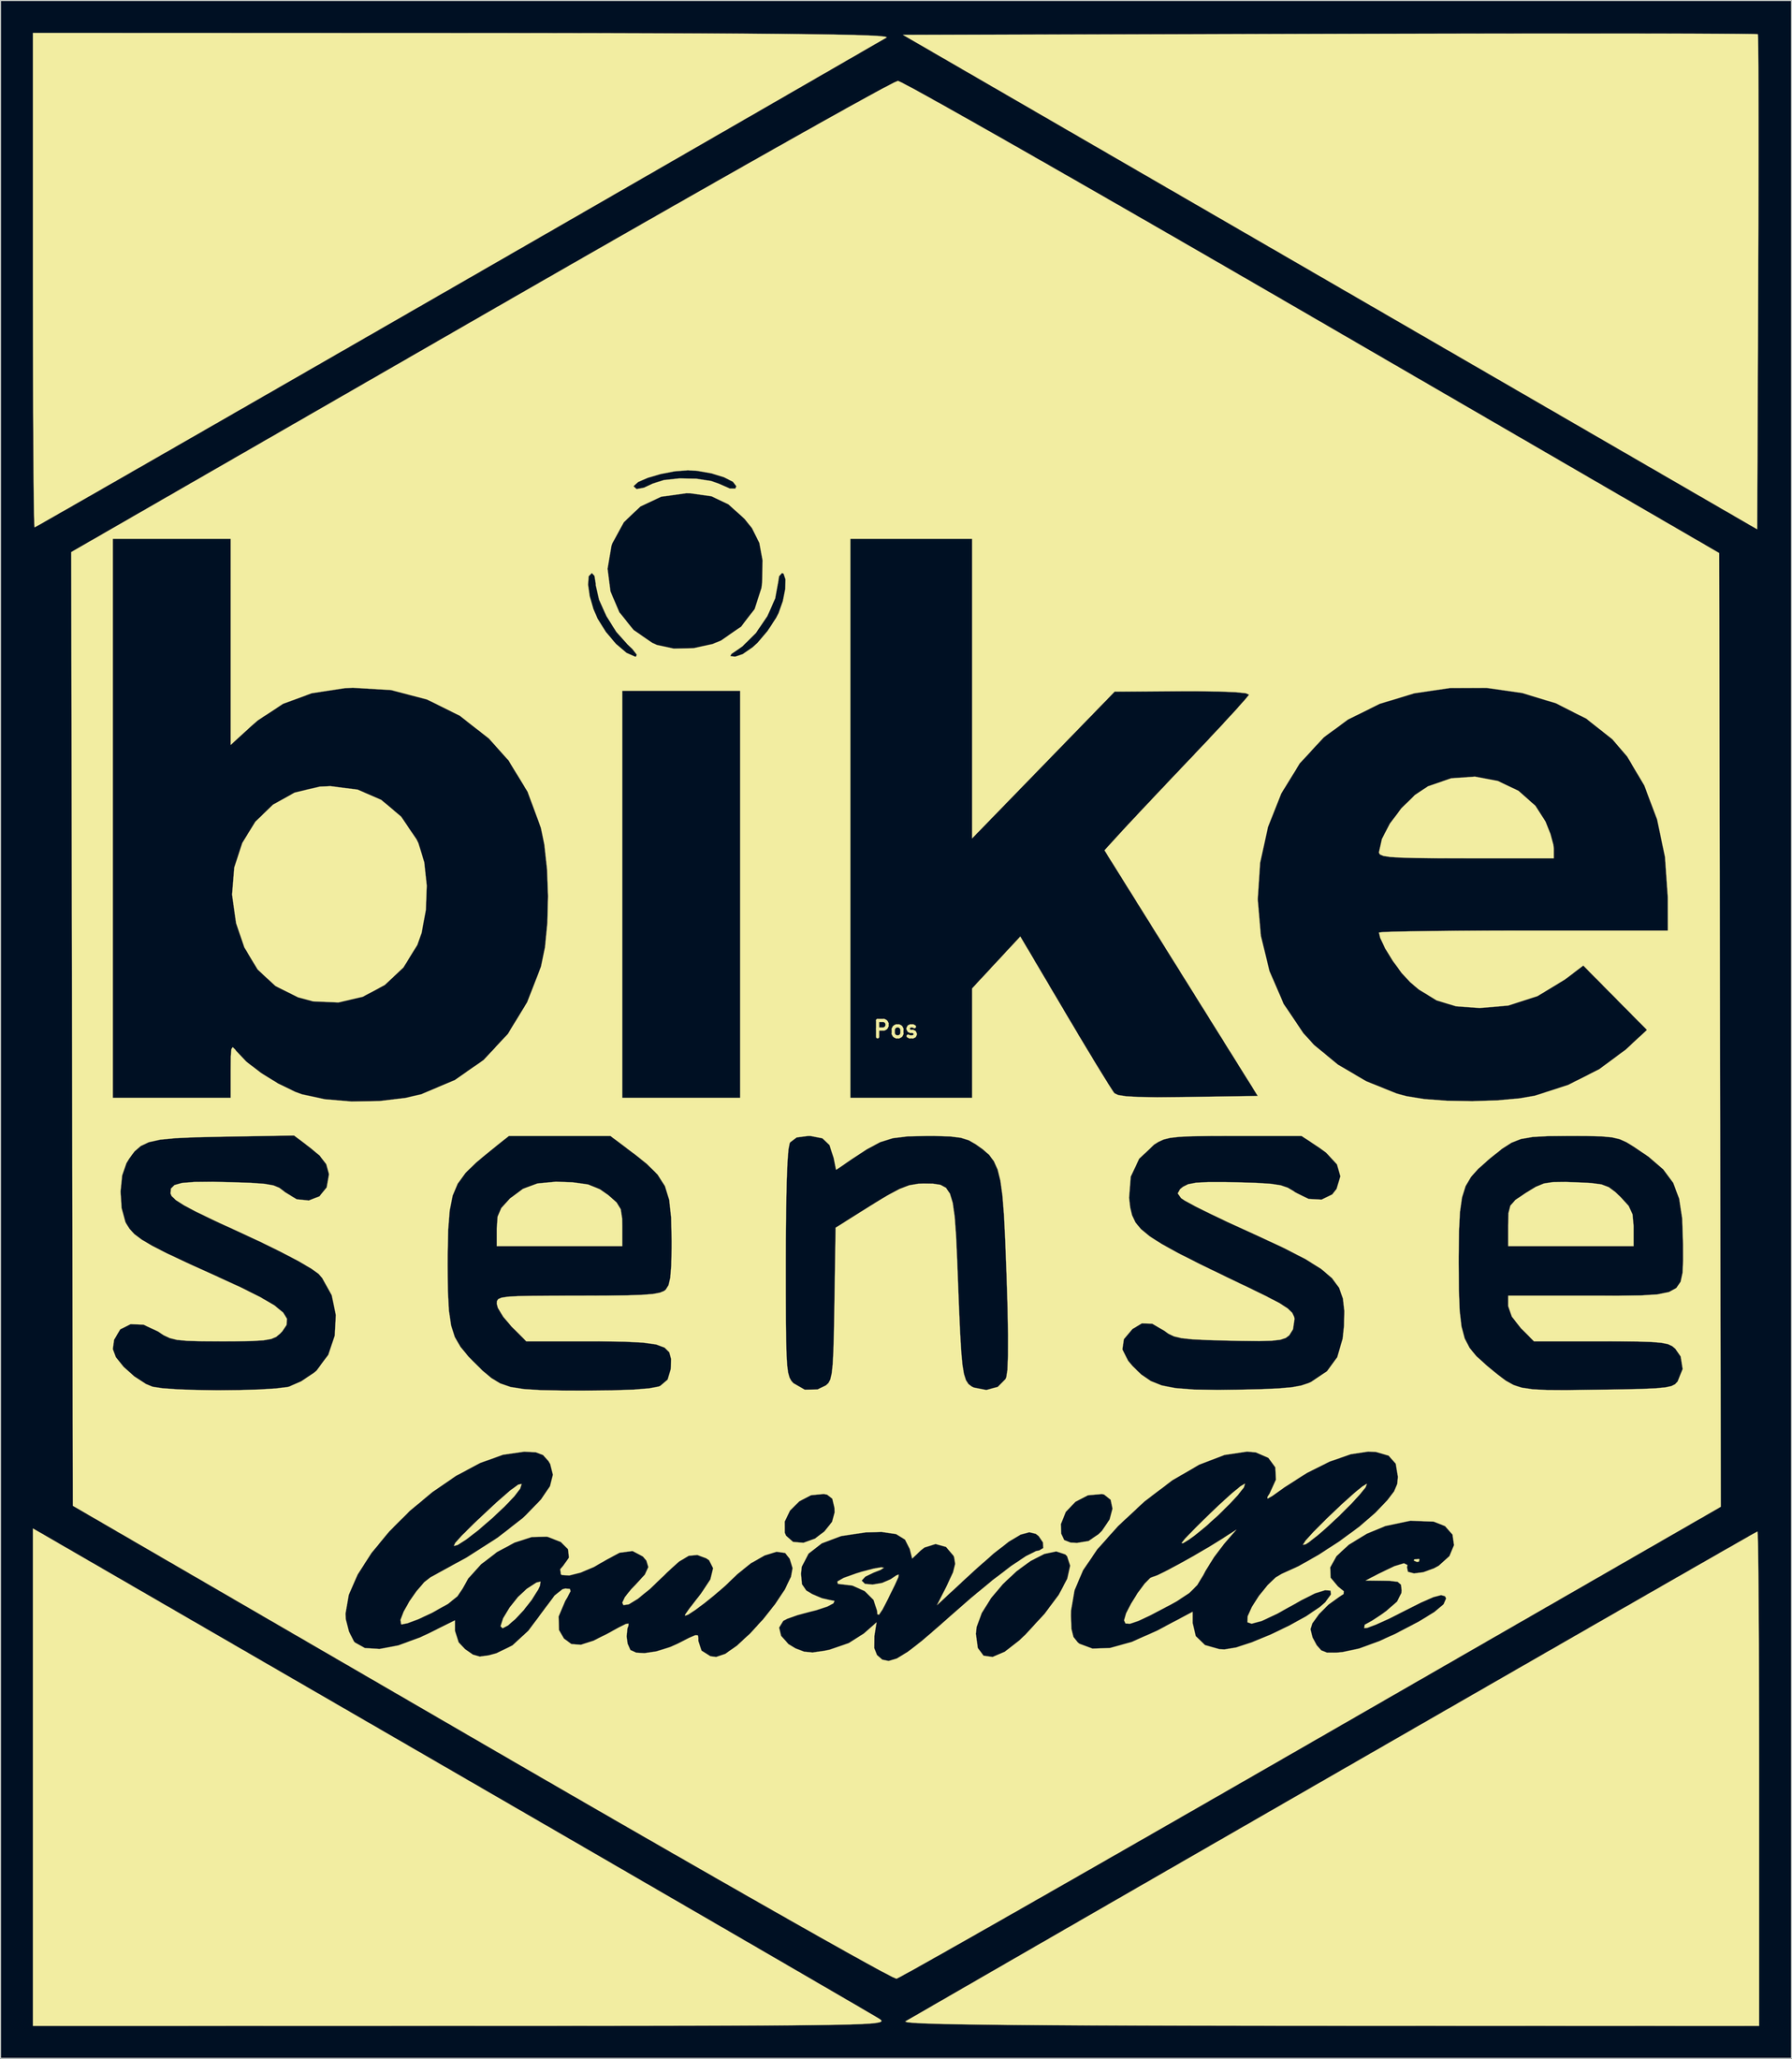
<source format=kicad_pcb>
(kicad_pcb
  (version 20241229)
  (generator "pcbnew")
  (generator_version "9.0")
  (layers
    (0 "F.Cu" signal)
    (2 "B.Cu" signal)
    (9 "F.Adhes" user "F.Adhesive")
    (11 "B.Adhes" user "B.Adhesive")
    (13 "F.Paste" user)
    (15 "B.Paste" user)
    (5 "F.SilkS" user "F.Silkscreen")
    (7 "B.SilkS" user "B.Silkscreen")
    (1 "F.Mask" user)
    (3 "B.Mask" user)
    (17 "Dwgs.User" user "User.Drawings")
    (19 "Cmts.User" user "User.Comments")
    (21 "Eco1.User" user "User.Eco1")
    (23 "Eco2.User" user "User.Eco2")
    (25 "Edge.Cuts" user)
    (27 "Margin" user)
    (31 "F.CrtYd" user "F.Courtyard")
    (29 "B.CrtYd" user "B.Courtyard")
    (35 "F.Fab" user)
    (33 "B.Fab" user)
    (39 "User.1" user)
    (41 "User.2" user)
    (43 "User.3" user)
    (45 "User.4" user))
  (footprint "Pos"
    (layer "F.Cu")
    (at 80.086 92.433)
    (property "Reference" "Pos" (at 0 0 0) (layer "F.SilkS") (effects (font (size 1.524 1.524) (thickness 0.3))))
    (attr through_hole)
    (fp_poly (pts (xy 48.566 49.154) (xy 48.517 49.363) (xy 48.331 49.389) (xy 48.04 49.26) (xy 48.095 49.154) (xy 48.514 49.111) (xy 48.566 49.154)) (stroke (width 0.01) (type solid)) (fill yes) (layer "F.SilkS"))
    (fp_poly (pts (xy -33.039 51.612) (xy -33.201 51.947) (xy -33.798 52.903) (xy -34.541 53.854) (xy -35.317 54.685) (xy -36.009 55.287) (xy -36.505 55.545) (xy -36.689 55.36) (xy -36.455 54.617) (xy -35.862 53.636) (xy -35.077 52.648) (xy -34.262 51.889) (xy -34.228 51.865) (xy -33.361 51.303) (xy -32.978 51.217) (xy -33.039 51.612)) (stroke (width 0.01) (type solid)) (fill yes) (layer "F.SilkS"))
    (fp_poly (pts (xy -34.881 42.604) (xy -34.883 42.607) (xy -35.412 43.304) (xy -36.34 44.272) (xy -37.497 45.357) (xy -38.717 46.409) (xy -39.829 47.277) (xy -40.667 47.81) (xy -40.681 47.817) (xy -41.022 47.911) (xy -40.899 47.631) (xy -40.288 46.951) (xy -39.169 45.843) (xy -38.806 45.495) (xy -37.083 43.886) (xy -35.833 42.795) (xy -35.052 42.219) (xy -34.736 42.156) (xy -34.881 42.604)) (stroke (width 0.01) (type solid)) (fill yes) (layer "F.SilkS"))
    (fp_poly (pts (xy -30.044 14.175) (xy -28.58 14.382) (xy -27.471 14.828) (xy -26.705 15.363) (xy -25.929 16.046) (xy -25.543 16.674) (xy -25.412 17.542) (xy -25.4 18.256) (xy -25.4 20.108) (xy -37.042 20.108) (xy -37.042 18.474) (xy -36.963 17.365) (xy -36.623 16.567) (xy -35.869 15.735) (xy -35.797 15.666) (xy -34.619 14.788) (xy -33.264 14.288) (xy -31.552 14.12) (xy -30.044 14.175)) (stroke (width 0.01) (type solid)) (fill yes) (layer "F.SilkS"))
    (fp_poly (pts (xy 32.382 42.142) (xy 32.27 42.487) (xy 31.736 43.169) (xy 30.899 44.069) (xy 29.877 45.071) (xy 28.789 46.055) (xy 27.754 46.905) (xy 27.164 47.33) (xy 26.624 47.659) (xy 26.495 47.644) (xy 26.802 47.252) (xy 27.572 46.449) (xy 28.833 45.201) (xy 28.875 45.16) (xy 30.114 43.978) (xy 31.173 43.023) (xy 31.953 42.381) (xy 32.356 42.136) (xy 32.382 42.142)) (stroke (width 0.01) (type solid)) (fill yes) (layer "F.SilkS"))
    (fp_poly (pts (xy 43.685 42.157) (xy 43.556 42.485) (xy 43.013 43.159) (xy 42.177 44.06) (xy 41.166 45.069) (xy 40.101 46.071) (xy 39.101 46.946) (xy 38.284 47.577) (xy 38.004 47.753) (xy 37.749 47.806) (xy 38 47.414) (xy 38.737 46.604) (xy 39.94 45.4) (xy 40.177 45.169) (xy 41.42 43.992) (xy 42.481 43.04) (xy 43.261 42.398) (xy 43.66 42.151) (xy 43.685 42.157)) (stroke (width 0.01) (type solid)) (fill yes) (layer "F.SilkS"))
    (fp_poly (pts (xy 63.04 14.175) (xy 64.494 14.249) (xy 65.453 14.379) (xy 66.128 14.632) (xy 66.728 15.075) (xy 67.185 15.503) (xy 67.97 16.364) (xy 68.338 17.154) (xy 68.438 18.219) (xy 68.439 18.414) (xy 68.439 20.108) (xy 56.797 20.108) (xy 56.797 18.16) (xy 56.823 17.04) (xy 56.997 16.348) (xy 57.463 15.823) (xy 58.368 15.205) (xy 58.473 15.138) (xy 59.361 14.602) (xy 60.113 14.292) (xy 60.963 14.156) (xy 62.15 14.145) (xy 63.04 14.175)) (stroke (width 0.01) (type solid)) (fill yes) (layer "F.SilkS"))
    (fp_poly (pts (xy 55.843 -23.044) (xy 57.754 -22.131) (xy 59.322 -20.745) (xy 60.268 -19.27) (xy 60.719 -18.136) (xy 60.993 -17.115) (xy 61.031 -16.761) (xy 61.031 -15.875) (xy 52.917 -15.875) (xy 50.292 -15.88) (xy 48.291 -15.899) (xy 46.833 -15.937) (xy 45.837 -15.999) (xy 45.221 -16.092) (xy 44.904 -16.22) (xy 44.804 -16.389) (xy 44.803 -16.415) (xy 45.081 -17.661) (xy 45.823 -19.088) (xy 46.892 -20.511) (xy 48.149 -21.743) (xy 49.355 -22.551) (xy 51.514 -23.293) (xy 53.72 -23.444) (xy 55.843 -23.044)) (stroke (width 0.01) (type solid)) (fill yes) (layer "F.SilkS"))
    (fp_poly (pts (xy 67.702 -92.369) (xy 71.058 -92.366) (xy 73.947 -92.36) (xy 76.323 -92.351) (xy 78.141 -92.341) (xy 79.357 -92.329) (xy 79.926 -92.314) (xy 79.964 -92.309) (xy 79.984 -91.945) (xy 80 -90.934) (xy 80.012 -89.335) (xy 80.02 -87.209) (xy 80.024 -84.612) (xy 80.025 -81.606) (xy 80.021 -78.248) (xy 80.013 -74.598) (xy 80 -70.714) (xy 79.995 -69.287) (xy 79.904 -46.387) (xy 40.27 -69.319) (xy 0.636 -92.251) (xy 40.239 -92.341) (xy 45.464 -92.352) (xy 50.49 -92.36) (xy 55.271 -92.366) (xy 59.763 -92.369) (xy 63.922 -92.37) (xy 67.702 -92.369)) (stroke (width 0.01) (type solid)) (fill yes) (layer "F.SilkS"))
    (fp_poly (pts (xy -49.96 -22.242) (xy -47.763 -21.293) (xy -45.927 -19.748) (xy -44.491 -17.632) (xy -44.321 -17.286) (xy -43.769 -15.5) (xy -43.537 -13.343) (xy -43.621 -11.076) (xy -44.019 -8.956) (xy -44.418 -7.836) (xy -45.709 -5.743) (xy -47.433 -4.123) (xy -49.478 -3.027) (xy -51.732 -2.503) (xy -54.082 -2.601) (xy -55.475 -2.973) (xy -57.585 -4.031) (xy -59.234 -5.56) (xy -60.466 -7.612) (xy -61.228 -9.851) (xy -61.607 -12.506) (xy -61.398 -15.014) (xy -60.657 -17.296) (xy -59.44 -19.268) (xy -57.802 -20.851) (xy -55.801 -21.962) (xy -53.49 -22.52) (xy -52.48 -22.57) (xy -49.96 -22.242)) (stroke (width 0.01) (type solid)) (fill yes) (layer "F.SilkS"))
    (fp_poly (pts (xy 30.403 47.757) (xy 29.517 48.929) (xy 28.709 50.223) (xy 28.505 50.614) (xy 27.951 51.534) (xy 27.196 52.284) (xy 26.047 53.037) (xy 25.442 53.373) (xy 23.701 54.289) (xy 22.483 54.865) (xy 21.708 55.128) (xy 21.296 55.105) (xy 21.167 54.821) (xy 21.167 54.791) (xy 21.351 54.157) (xy 21.817 53.248) (xy 22.433 52.264) (xy 23.068 51.407) (xy 23.589 50.878) (xy 23.77 50.8) (xy 24.241 50.63) (xy 25.165 50.177) (xy 26.391 49.521) (xy 27.77 48.747) (xy 29.151 47.937) (xy 30.385 47.172) (xy 30.515 47.088) (xy 31.574 46.4) (xy 30.403 47.757)) (stroke (width 0.01) (type solid)) (fill yes) (layer "F.SilkS"))
    (fp_poly (pts (xy -1.124 49.932) (xy -1.434 50.131) (xy -2.099 50.388) (xy -2.84 50.749) (xy -3.174 51.114) (xy -3.175 51.134) (xy -2.885 51.427) (xy -2.178 51.492) (xy -1.301 51.345) (xy -0.499 51.002) (xy -0.431 50.956) (xy 0.033 50.636) (xy 0.252 50.557) (xy 0.211 50.818) (xy -0.106 51.519) (xy -0.706 52.74) (xy -1.256 53.81) (xy -1.579 54.291) (xy -1.727 54.244) (xy -1.756 53.912) (xy -2.084 52.92) (xy -2.914 52.089) (xy -4.046 51.584) (xy -4.704 51.506) (xy -5.399 51.427) (xy -5.44 51.208) (xy -4.86 50.874) (xy -3.69 50.452) (xy -3.203 50.304) (xy -2.086 50.013) (xy -1.367 49.891) (xy -1.124 49.932)) (stroke (width 0.01) (type solid)) (fill yes) (layer "F.SilkS"))
    (fp_poly (pts (xy -41.363 68.679) (xy -36.531 71.475) (xy -31.856 74.18) (xy -27.377 76.773) (xy -23.13 79.233) (xy -19.154 81.536) (xy -15.485 83.662) (xy -12.162 85.589) (xy -9.223 87.295) (xy -6.705 88.758) (xy -4.645 89.955) (xy -3.081 90.866) (xy -2.052 91.469) (xy -1.594 91.741) (xy -1.587 91.745) (xy -1.436 91.849) (xy -1.35 91.941) (xy -1.367 92.023) (xy -1.526 92.095) (xy -1.862 92.157) (xy -2.414 92.211) (xy -3.218 92.257) (xy -4.312 92.295) (xy -5.734 92.327) (xy -7.52 92.353) (xy -9.708 92.374) (xy -12.336 92.39) (xy -15.44 92.401) (xy -19.058 92.41) (xy -23.226 92.415) (xy -27.984 92.419) (xy -33.367 92.421) (xy -39.413 92.422) (xy -40.305 92.422) (xy -80.081 92.428) (xy -80.081 46.284) (xy -41.363 68.679)) (stroke (width 0.01) (type solid)) (fill yes) (layer "F.SilkS"))
    (fp_poly (pts (xy -40.128 -92.417) (xy -33.652 -92.414) (xy -27.853 -92.407) (xy -22.704 -92.396) (xy -18.177 -92.382) (xy -14.245 -92.363) (xy -10.88 -92.34) (xy -8.054 -92.311) (xy -5.739 -92.278) (xy -3.907 -92.239) (xy -2.531 -92.194) (xy -1.583 -92.144) (xy -1.036 -92.087) (xy -0.86 -92.023) (xy -0.882 -91.999) (xy -4.639 -89.832) (xy -8.647 -87.521) (xy -12.866 -85.089) (xy -17.257 -82.56) (xy -21.778 -79.956) (xy -26.39 -77.301) (xy -31.054 -74.617) (xy -35.728 -71.928) (xy -40.372 -69.256) (xy -44.947 -66.626) (xy -49.413 -64.058) (xy -53.729 -61.578) (xy -57.855 -59.207) (xy -61.752 -56.969) (xy -65.378 -54.887) (xy -68.695 -52.984) (xy -71.661 -51.283) (xy -74.238 -49.807) (xy -76.384 -48.579) (xy -78.06 -47.622) (xy -79.225 -46.959) (xy -79.84 -46.613) (xy -79.929 -46.567) (xy -79.955 -46.91) (xy -79.98 -47.9) (xy -80.003 -49.478) (xy -80.023 -51.586) (xy -80.041 -54.166) (xy -80.057 -57.158) (xy -80.068 -60.504) (xy -80.076 -64.145) (xy -80.08 -68.024) (xy -80.081 -69.497) (xy -80.081 -92.428) (xy -40.128 -92.417)) (stroke (width 0.01) (type solid)) (fill yes) (layer "F.SilkS"))
    (fp_poly (pts (xy 79.955 46.91) (xy 79.98 47.9) (xy 80.003 49.478) (xy 80.023 51.586) (xy 80.041 54.166) (xy 80.057 57.158) (xy 80.068 60.504) (xy 80.076 64.145) (xy 80.08 68.024) (xy 80.081 69.497) (xy 80.081 92.428) (xy 40.128 92.417) (xy 33.652 92.414) (xy 27.853 92.407) (xy 22.704 92.396) (xy 18.177 92.382) (xy 14.245 92.363) (xy 10.88 92.34) (xy 8.054 92.311) (xy 5.739 92.278) (xy 3.907 92.239) (xy 2.531 92.194) (xy 1.583 92.144) (xy 1.036 92.087) (xy 0.86 92.023) (xy 0.882 91.999) (xy 4.639 89.832) (xy 8.647 87.521) (xy 12.866 85.089) (xy 17.257 82.56) (xy 21.778 79.956) (xy 26.39 77.301) (xy 31.054 74.617) (xy 35.728 71.928) (xy 40.372 69.256) (xy 44.947 66.626) (xy 49.413 64.058) (xy 53.729 61.578) (xy 57.855 59.207) (xy 61.752 56.969) (xy 65.378 54.887) (xy 68.695 52.984) (xy 71.661 51.283) (xy 74.238 49.807) (xy 76.384 48.579) (xy 78.06 47.622) (xy 79.225 46.959) (xy 79.84 46.613) (xy 79.929 46.567) (xy 79.955 46.91)) (stroke (width 0.01) (type solid)) (fill yes) (layer "F.SilkS"))
    (fp_poly (pts (xy 0.565 -87.809) (xy 1.526 -87.299) (xy 3.022 -86.477) (xy 5.014 -85.364) (xy 7.466 -83.982) (xy 10.339 -82.353) (xy 13.597 -80.496) (xy 17.201 -78.435) (xy 21.114 -76.19) (xy 25.299 -73.783) (xy 29.717 -71.235) (xy 34.331 -68.567) (xy 38.629 -66.077) (xy 76.376 -44.187) (xy 76.533 44.274) (xy 38.573 66.103) (xy 33.798 68.847) (xy 29.187 71.494) (xy 24.778 74.022) (xy 20.608 76.409) (xy 16.716 78.635) (xy 13.137 80.677) (xy 9.911 82.515) (xy 7.074 84.127) (xy 4.663 85.492) (xy 2.717 86.588) (xy 1.273 87.395) (xy 0.367 87.89) (xy 0.042 88.053) (xy -0.329 87.895) (xy -1.273 87.402) (xy -2.752 86.597) (xy -4.728 85.5) (xy -7.165 84.133) (xy -10.025 82.516) (xy -13.27 80.672) (xy -16.864 78.621) (xy -20.769 76.384) (xy -24.947 73.984) (xy -29.362 71.44) (xy -33.976 68.774) (xy -38.453 66.181) (xy -59.113 54.199) (xy -51.083 54.199) (xy -51.05 54.73) (xy -50.765 55.836) (xy -50.308 56.744) (xy -50.213 56.861) (xy -49.292 57.374) (xy -47.915 57.461) (xy -46.178 57.134) (xy -44.178 56.404) (xy -43.401 56.04) (xy -40.922 54.809) (xy -40.922 55.778) (xy -40.583 56.85) (xy -39.993 57.477) (xy -39.26 57.99) (xy -38.625 58.172) (xy -37.797 58.06) (xy -37.066 57.863) (xy -35.587 57.133) (xy -34.114 55.776) (xy -32.605 53.756) (xy -32.575 53.71) (xy -31.683 52.519) (xy -30.945 51.921) (xy -30.686 51.858) (xy -30.258 51.891) (xy -30.196 52.108) (xy -30.502 52.686) (xy -30.696 53.005) (xy -31.302 54.447) (xy -31.272 55.702) (xy -30.813 56.505) (xy -30.121 57.006) (xy -29.249 57.076) (xy -28.073 56.703) (xy -26.843 56.085) (xy -25.707 55.464) (xy -25.072 55.149) (xy -24.818 55.109) (xy -24.827 55.311) (xy -24.92 55.563) (xy -24.996 56.303) (xy -24.902 56.974) (xy -24.641 57.564) (xy -24.104 57.813) (xy -23.336 57.856) (xy -22.228 57.69) (xy -20.913 57.269) (xy -20.256 56.975) (xy -19.195 56.437) (xy -18.621 56.186) (xy -18.386 56.201) (xy -18.342 56.464) (xy -18.344 56.727) (xy -18.04 57.625) (xy -17.228 58.139) (xy -16.687 58.208) (xy -15.845 57.925) (xy -14.763 57.162) (xy -13.556 56.051) (xy -13.035 55.484) (xy -10.847 55.484) (xy -10.663 56.256) (xy -9.981 57.011) (xy -9.332 57.406) (xy -8.524 57.719) (xy -7.74 57.794) (xy -6.683 57.643) (xy -6.165 57.532) (xy -4.379 56.92) (xy -2.995 56.041) (xy -1.802 54.994) (xy -2.005 56.245) (xy -2.023 57.374) (xy -1.766 58.029) (xy -1.274 58.455) (xy -0.687 58.575) (xy 0.071 58.351) (xy 1.075 57.745) (xy 2.399 56.719) (xy 3.164 56.06) (xy 7.408 56.06) (xy 7.591 57.374) (xy 8.118 58.09) (xy 8.962 58.207) (xy 10.092 57.724) (xy 11.482 56.64) (xy 11.995 56.148) (xy 13.627 54.377) (xy 16.228 54.377) (xy 16.275 55.607) (xy 16.461 56.357) (xy 16.855 56.85) (xy 17.022 56.98) (xy 18.225 57.428) (xy 19.859 57.37) (xy 21.873 56.814) (xy 24.216 55.771) (xy 24.526 55.608) (xy 27.517 54.017) (xy 27.517 55.055) (xy 27.813 56.277) (xy 28.665 57.102) (xy 30.015 57.482) (xy 30.483 57.503) (xy 31.561 57.322) (xy 33.042 56.838) (xy 34.741 56.137) (xy 35.791 55.633) (xy 38.453 55.633) (xy 38.649 56.403) (xy 39.033 57.116) (xy 39.458 57.6) (xy 39.993 57.81) (xy 40.876 57.807) (xy 41.447 57.754) (xy 42.96 57.424) (xy 44.845 56.74) (xy 46.301 56.075) (xy 48.453 54.956) (xy 49.949 54.041) (xy 50.808 53.318) (xy 51.045 52.775) (xy 50.936 52.568) (xy 50.571 52.472) (xy 49.861 52.657) (xy 48.72 53.153) (xy 47.104 53.971) (xy 45.7 54.677) (xy 44.53 55.207) (xy 43.729 55.505) (xy 43.44 55.533) (xy 43.484 55.221) (xy 43.633 55.14) (xy 44.148 54.856) (xy 44.988 54.303) (xy 45.485 53.951) (xy 46.486 53.072) (xy 46.897 52.275) (xy 46.919 52.033) (xy 46.857 51.5) (xy 46.545 51.238) (xy 45.801 51.148) (xy 45.244 51.137) (xy 43.568 51.122) (xy 44.803 50.476) (xy 46.247 49.787) (xy 47.129 49.521) (xy 47.449 49.68) (xy 47.409 49.895) (xy 47.495 50.307) (xy 48.057 50.454) (xy 48.921 50.345) (xy 49.911 49.989) (xy 50.35 49.751) (xy 51.35 48.851) (xy 51.771 47.834) (xy 51.631 46.855) (xy 50.945 46.069) (xy 49.887 45.656) (xy 47.724 45.574) (xy 45.399 46.062) (xy 43.704 46.763) (xy 42.011 47.792) (xy 40.861 48.858) (xy 40.289 49.9) (xy 40.326 50.859) (xy 41.006 51.675) (xy 41.01 51.678) (xy 41.55 52.105) (xy 41.533 52.368) (xy 41.099 52.645) (xy 40.127 53.346) (xy 39.245 54.228) (xy 38.631 55.089) (xy 38.453 55.633) (xy 35.791 55.633) (xy 36.474 55.306) (xy 38.054 54.431) (xy 39.297 53.598) (xy 39.833 53.126) (xy 40.354 52.419) (xy 40.322 52.046) (xy 39.806 52.009) (xy 38.875 52.309) (xy 37.599 52.947) (xy 37.378 53.075) (xy 35.378 54.19) (xy 33.921 54.872) (xy 32.994 55.125) (xy 32.608 54.994) (xy 32.626 54.433) (xy 33.024 53.556) (xy 33.675 52.544) (xy 34.454 51.574) (xy 35.237 50.824) (xy 35.759 50.51) (xy 37.348 49.791) (xy 39.227 48.725) (xy 41.181 47.455) (xy 42.991 46.121) (xy 44.441 44.866) (xy 44.538 44.771) (xy 45.59 43.669) (xy 46.209 42.857) (xy 46.5 42.168) (xy 46.567 41.505) (xy 46.364 40.282) (xy 45.708 39.531) (xy 44.529 39.192) (xy 43.807 39.159) (xy 42.188 39.401) (xy 40.244 40.081) (xy 38.14 41.127) (xy 36.041 42.468) (xy 35.845 42.61) (xy 34.917 43.272) (xy 34.475 43.521) (xy 34.453 43.384) (xy 34.668 43.049) (xy 35.252 41.759) (xy 35.193 40.618) (xy 34.552 39.737) (xy 33.39 39.234) (xy 32.581 39.158) (xy 30.473 39.469) (xy 28.133 40.37) (xy 25.638 41.818) (xy 23.064 43.77) (xy 20.592 46.073) (xy 18.682 48.209) (xy 17.357 50.155) (xy 16.561 52.015) (xy 16.24 53.896) (xy 16.228 54.377) (xy 13.627 54.377) (xy 13.784 54.206) (xy 15.091 52.459) (xy 15.891 50.954) (xy 16.161 49.738) (xy 15.877 48.86) (xy 15.713 48.695) (xy 14.87 48.419) (xy 13.762 48.65) (xy 12.495 49.294) (xy 11.175 50.259) (xy 9.908 51.449) (xy 8.798 52.772) (xy 7.952 54.134) (xy 7.475 55.441) (xy 7.408 56.06) (xy 3.164 56.06) (xy 4.12 55.235) (xy 4.641 54.769) (xy 6.928 52.766) (xy 8.961 51.087) (xy 10.687 49.77) (xy 12.052 48.857) (xy 13 48.387) (xy 13.291 48.331) (xy 13.666 48.103) (xy 13.632 47.578) (xy 13.238 46.995) (xy 12.97 46.786) (xy 12.365 46.635) (xy 11.552 46.863) (xy 10.471 47.507) (xy 9.062 48.605) (xy 7.263 50.193) (xy 6.881 50.546) (xy 3.803 53.399) (xy 4.756 51.518) (xy 5.293 50.355) (xy 5.49 49.572) (xy 5.394 48.955) (xy 5.336 48.817) (xy 4.637 47.997) (xy 3.671 47.728) (xy 2.651 48.046) (xy 2.317 48.308) (xy 1.498 49.077) (xy 1.274 48.185) (xy 0.84 47.324) (xy 0.002 46.81) (xy -1.331 46.608) (xy -2.795 46.647) (xy -5.097 46.997) (xy -6.887 47.666) (xy -8.119 48.624) (xy -8.746 49.841) (xy -8.819 50.493) (xy -8.724 51.461) (xy -8.324 52.042) (xy -7.779 52.378) (xy -6.883 52.756) (xy -6.177 52.917) (xy -6.17 52.917) (xy -5.703 53.006) (xy -5.812 53.234) (xy -6.398 53.54) (xy -7.36 53.861) (xy -7.957 54.01) (xy -9.141 54.324) (xy -10.094 54.662) (xy -10.464 54.855) (xy -10.847 55.484) (xy -13.035 55.484) (xy -12.337 54.725) (xy -11.219 53.315) (xy -10.315 51.953) (xy -9.74 50.771) (xy -9.596 49.967) (xy -9.861 49.092) (xy -10.288 48.563) (xy -11.08 48.45) (xy -12.186 48.788) (xy -13.454 49.505) (xy -14.728 50.525) (xy -15.065 50.856) (xy -15.861 51.615) (xy -16.802 52.429) (xy -17.766 53.205) (xy -18.632 53.851) (xy -19.277 54.275) (xy -19.581 54.383) (xy -19.553 54.265) (xy -19.181 53.734) (xy -18.536 52.892) (xy -18.105 52.351) (xy -17.227 51.02) (xy -16.973 49.975) (xy -17.346 49.231) (xy -17.616 49.049) (xy -18.444 48.743) (xy -19.232 48.823) (xy -20.121 49.346) (xy -21.254 50.371) (xy -21.531 50.651) (xy -22.835 51.898) (xy -23.948 52.805) (xy -24.793 53.322) (xy -25.294 53.397) (xy -25.4 53.171) (xy -25.163 52.666) (xy -24.561 51.914) (xy -24.165 51.506) (xy -23.302 50.567) (xy -22.981 49.871) (xy -23.161 49.263) (xy -23.485 48.885) (xy -24.442 48.383) (xy -25.645 48.538) (xy -26.817 49.16) (xy -28.035 49.864) (xy -29.262 50.379) (xy -30.312 50.646) (xy -31 50.604) (xy -31.092 50.541) (xy -31.155 50.071) (xy -30.883 49.754) (xy -30.341 48.985) (xy -30.434 48.211) (xy -31.102 47.539) (xy -32.284 47.079) (xy -32.408 47.053) (xy -33.795 47.084) (xy -35.394 47.596) (xy -37.027 48.478) (xy -38.516 49.622) (xy -39.685 50.919) (xy -40.219 51.863) (xy -40.694 52.58) (xy -41.58 53.287) (xy -43.005 54.086) (xy -43.12 54.144) (xy -44.326 54.703) (xy -45.299 55.073) (xy -45.865 55.19) (xy -45.917 55.175) (xy -45.978 54.768) (xy -45.684 54.002) (xy -45.146 53.048) (xy -44.47 52.079) (xy -43.767 51.27) (xy -43.177 50.809) (xy -39.8 48.96) (xy -36.95 47.135) (xy -35.05 45.653) (xy -10.333 45.653) (xy -10.328 46.676) (xy -10.212 46.954) (xy -9.555 47.532) (xy -8.593 47.616) (xy -7.507 47.226) (xy -6.653 46.571) (xy -6.103 45.89) (xy 15.291 45.89) (xy 15.324 46.781) (xy 15.605 47.364) (xy 16.201 47.597) (xy 16.799 47.625) (xy 17.864 47.452) (xy 18.785 46.831) (xy 19.103 46.51) (xy 19.818 45.466) (xy 20.089 44.449) (xy 19.916 43.619) (xy 19.3 43.14) (xy 19.105 43.098) (xy 17.811 43.209) (xy 16.642 43.811) (xy 15.751 44.755) (xy 15.291 45.89) (xy -6.103 45.89) (xy -5.928 45.673) (xy -5.694 44.801) (xy -5.71 44.366) (xy -5.908 43.524) (xy -6.393 43.155) (xy -6.698 43.092) (xy -7.882 43.202) (xy -8.973 43.765) (xy -9.836 44.632) (xy -10.333 45.653) (xy -35.05 45.653) (xy -34.704 45.383) (xy -34.358 45.068) (xy -32.937 43.599) (xy -32.107 42.372) (xy -31.836 41.304) (xy -32.087 40.314) (xy -32.256 40.026) (xy -32.747 39.474) (xy -33.43 39.221) (xy -34.492 39.167) (xy -36.465 39.448) (xy -38.6 40.219) (xy -40.81 41.398) (xy -43.009 42.904) (xy -45.11 44.653) (xy -47.024 46.565) (xy -48.666 48.557) (xy -49.948 50.548) (xy -50.782 52.456) (xy -51.083 54.199) (xy -59.113 54.199) (xy -76.376 44.187) (xy -76.402 29.651) (xy -72.672 29.651) (xy -72.39 30.4) (xy -71.664 31.302) (xy -70.676 32.185) (xy -69.61 32.878) (xy -68.975 33.14) (xy -68.095 33.282) (xy -66.681 33.385) (xy -64.902 33.447) (xy -62.928 33.471) (xy -60.93 33.455) (xy -59.078 33.4) (xy -57.541 33.306) (xy -56.489 33.172) (xy -56.323 33.133) (xy -55.19 32.641) (xy -54.038 31.876) (xy -53.758 31.636) (xy -52.676 30.183) (xy -52.079 28.406) (xy -51.972 26.498) (xy -52.359 24.65) (xy -53.242 23.052) (xy -53.585 22.67) (xy -54.25 22.185) (xy -54.787 21.872) (xy -41.604 21.872) (xy -41.583 24.254) (xy -41.489 26.067) (xy -41.286 27.447) (xy -40.939 28.528) (xy -40.413 29.448) (xy -39.672 30.34) (xy -39.3 30.727) (xy -38.365 31.649) (xy -37.546 32.341) (xy -36.719 32.834) (xy -35.763 33.163) (xy -34.554 33.361) (xy -32.969 33.46) (xy -30.886 33.496) (xy -29.104 33.501) (xy -26.39 33.48) (xy -24.335 33.412) (xy -22.898 33.294) (xy -22.034 33.125) (xy -21.872 33.06) (xy -21.193 32.483) (xy -20.901 31.516) (xy -20.883 31.334) (xy -20.87 30.543) (xy -21.039 29.945) (xy -21.472 29.515) (xy -22.252 29.225) (xy -23.463 29.049) (xy -25.187 28.959) (xy -27.508 28.929) (xy -28.342 28.928) (xy -34.302 28.928) (xy -35.672 27.558) (xy -36.443 26.657) (xy -36.939 25.826) (xy -37.042 25.442) (xy -37.022 25.195) (xy -36.906 25.01) (xy -36.605 24.878) (xy -36.03 24.788) (xy -35.095 24.734) (xy -33.71 24.706) (xy -31.789 24.696) (xy -29.482 24.694) (xy -26.92 24.688) (xy -24.974 24.663) (xy -23.551 24.614) (xy -22.563 24.536) (xy -21.918 24.42) (xy -21.525 24.263) (xy -21.368 24.14) (xy -21.112 23.731) (xy -20.945 23.032) (xy -20.852 21.918) (xy -20.846 21.673) (xy -10.231 21.673) (xy -10.229 24.665) (xy -10.219 27.032) (xy -10.197 28.853) (xy -10.157 30.21) (xy -10.095 31.181) (xy -10.005 31.847) (xy -9.882 32.288) (xy -9.722 32.584) (xy -9.525 32.808) (xy -8.467 33.421) (xy -7.28 33.399) (xy -6.506 33.014) (xy -6.271 32.795) (xy -6.094 32.464) (xy -5.964 31.924) (xy -5.872 31.077) (xy -5.807 29.825) (xy -5.758 28.073) (xy -5.716 25.722) (xy -5.712 25.452) (xy -5.604 18.39) (xy -2.361 16.35) (xy -0.813 15.405) (xy 0.328 14.798) (xy 1.228 14.459) (xy 2.057 14.318) (xy 2.545 14.299) (xy 3.431 14.311) (xy 4.117 14.415) (xy 4.631 14.693) (xy 5.004 15.226) (xy 5.265 16.096) (xy 5.445 17.385) (xy 5.573 19.173) (xy 5.678 21.542) (xy 5.734 23.026) (xy 5.844 25.896) (xy 5.944 28.143) (xy 6.047 29.848) (xy 6.164 31.094) (xy 6.307 31.962) (xy 6.489 32.534) (xy 6.721 32.892) (xy 7.015 33.117) (xy 7.225 33.222) (xy 8.378 33.449) (xy 9.436 33.159) (xy 10.162 32.428) (xy 10.238 32.258) (xy 10.339 31.587) (xy 10.392 30.26) (xy 10.393 29.683) (xy 21.007 29.683) (xy 21.536 30.739) (xy 21.942 31.22) (xy 22.76 32.015) (xy 23.622 32.605) (xy 24.644 33.015) (xy 25.944 33.274) (xy 27.638 33.407) (xy 29.844 33.441) (xy 31.574 33.424) (xy 33.82 33.375) (xy 35.487 33.302) (xy 36.7 33.191) (xy 37.587 33.029) (xy 38.273 32.801) (xy 38.548 32.675) (xy 39.992 31.703) (xy 40.935 30.411) (xy 41.446 28.677) (xy 41.569 27.49) (xy 41.598 26.106) (xy 41.467 24.952) (xy 41.108 23.961) (xy 40.452 23.067) (xy 39.433 22.202) (xy 38.619 21.696) (xy 52.211 21.696) (xy 52.228 24.193) (xy 52.302 26.105) (xy 52.468 27.553) (xy 52.76 28.657) (xy 53.212 29.539) (xy 53.858 30.317) (xy 54.733 31.113) (xy 54.949 31.293) (xy 55.841 32.03) (xy 56.58 32.581) (xy 57.285 32.974) (xy 58.075 33.233) (xy 59.069 33.382) (xy 60.387 33.449) (xy 62.148 33.457) (xy 64.47 33.431) (xy 65.028 33.424) (xy 67.431 33.39) (xy 69.226 33.348) (xy 70.511 33.289) (xy 71.384 33.201) (xy 71.943 33.077) (xy 72.286 32.904) (xy 72.51 32.673) (xy 72.525 32.653) (xy 72.987 31.497) (xy 72.804 30.329) (xy 72.319 29.633) (xy 72.016 29.378) (xy 71.622 29.193) (xy 71.028 29.067) (xy 70.125 28.988) (xy 68.806 28.946) (xy 66.961 28.93) (xy 65.405 28.928) (xy 59.196 28.928) (xy 57.997 27.728) (xy 57.136 26.639) (xy 56.799 25.668) (xy 56.797 25.612) (xy 56.797 24.694) (xy 64.362 24.694) (xy 67.054 24.696) (xy 69.123 24.67) (xy 70.65 24.573) (xy 71.717 24.359) (xy 72.407 23.983) (xy 72.8 23.4) (xy 72.98 22.566) (xy 73.027 21.435) (xy 73.023 19.963) (xy 73.023 19.942) (xy 72.946 17.546) (xy 72.666 15.69) (xy 72.105 14.219) (xy 71.185 12.977) (xy 69.828 11.81) (xy 68.458 10.879) (xy 67.765 10.46) (xy 67.139 10.177) (xy 66.417 10.005) (xy 65.44 9.916) (xy 64.046 9.882) (xy 62.526 9.878) (xy 60.541 9.892) (xy 59.09 9.969) (xy 58.001 10.158) (xy 57.102 10.51) (xy 56.221 11.075) (xy 55.187 11.904) (xy 54.968 12.087) (xy 54.033 12.917) (xy 53.337 13.693) (xy 52.844 14.538) (xy 52.52 15.573) (xy 52.329 16.918) (xy 52.238 18.697) (xy 52.212 21.03) (xy 52.211 21.696) (xy 38.619 21.696) (xy 37.981 21.3) (xy 36.03 20.294) (xy 33.509 19.117) (xy 32.632 18.721) (xy 30.756 17.861) (xy 29.081 17.063) (xy 27.725 16.386) (xy 26.804 15.887) (xy 26.458 15.654) (xy 26.135 15.207) (xy 26.352 14.823) (xy 26.635 14.596) (xy 27.101 14.364) (xy 27.836 14.219) (xy 28.965 14.153) (xy 30.612 14.155) (xy 31.634 14.177) (xy 33.491 14.238) (xy 34.794 14.324) (xy 35.693 14.462) (xy 36.339 14.678) (xy 36.882 14.997) (xy 37.028 15.103) (xy 38.283 15.726) (xy 39.486 15.788) (xy 40.475 15.303) (xy 40.877 14.792) (xy 41.228 13.621) (xy 40.911 12.514) (xy 39.912 11.432) (xy 39.276 10.971) (xy 37.626 9.878) (xy 31.389 9.878) (xy 29.133 9.883) (xy 27.467 9.906) (xy 26.271 9.96) (xy 25.431 10.057) (xy 24.828 10.21) (xy 24.347 10.432) (xy 23.953 10.679) (xy 22.56 11.995) (xy 21.776 13.656) (xy 21.625 15.611) (xy 21.627 15.637) (xy 21.724 16.499) (xy 21.897 17.235) (xy 22.21 17.895) (xy 22.729 18.526) (xy 23.52 19.179) (xy 24.647 19.902) (xy 26.175 20.744) (xy 28.171 21.755) (xy 30.7 22.983) (xy 32.632 23.908) (xy 34.378 24.757) (xy 35.581 25.39) (xy 36.341 25.877) (xy 36.762 26.286) (xy 36.944 26.687) (xy 36.973 26.855) (xy 36.829 27.822) (xy 36.481 28.379) (xy 36.156 28.619) (xy 35.666 28.779) (xy 34.891 28.87) (xy 33.711 28.903) (xy 32.007 28.888) (xy 30.896 28.865) (xy 28.893 28.81) (xy 27.463 28.74) (xy 26.473 28.633) (xy 25.792 28.471) (xy 25.287 28.232) (xy 24.901 27.958) (xy 23.778 27.294) (xy 22.81 27.263) (xy 21.942 27.781) (xy 21.143 28.73) (xy 21.007 29.683) (xy 10.393 29.683) (xy 10.396 28.328) (xy 10.353 25.839) (xy 10.261 22.843) (xy 10.25 22.553) (xy 10.134 19.584) (xy 10.015 17.232) (xy 9.871 15.408) (xy 9.682 14.024) (xy 9.426 12.991) (xy 9.082 12.221) (xy 8.63 11.624) (xy 8.048 11.113) (xy 7.425 10.673) (xy 6.757 10.287) (xy 6.022 10.048) (xy 5.031 9.924) (xy 3.594 9.88) (xy 2.929 9.878) (xy 1.098 9.916) (xy -0.283 10.083) (xy -1.465 10.456) (xy -2.701 11.112) (xy -4.103 12.032) (xy -5.561 13.029) (xy -5.781 11.928) (xy -6.172 10.729) (xy -6.838 10.092) (xy -7.934 9.881) (xy -8.145 9.878) (xy -9.22 10.014) (xy -9.813 10.47) (xy -9.865 10.56) (xy -9.978 11.132) (xy -10.072 12.362) (xy -10.145 14.203) (xy -10.197 16.61) (xy -10.225 19.536) (xy -10.231 21.673) (xy -20.846 21.673) (xy -20.816 20.262) (xy -20.814 19.642) (xy -20.861 17.455) (xy -21.047 15.806) (xy -21.441 14.532) (xy -22.114 13.47) (xy -23.136 12.456) (xy -24.274 11.553) (xy -26.499 9.878) (xy -35.92 9.878) (xy -37.627 11.242) (xy -38.96 12.346) (xy -39.956 13.321) (xy -40.664 14.298) (xy -41.134 15.408) (xy -41.414 16.781) (xy -41.553 18.548) (xy -41.6 20.841) (xy -41.604 21.872) (xy -54.787 21.872) (xy -55.458 21.482) (xy -57.102 20.62) (xy -59.075 19.654) (xy -60.896 18.809) (xy -63.173 17.763) (xy -64.871 16.945) (xy -66.062 16.314) (xy -66.818 15.831) (xy -67.213 15.453) (xy -67.315 15.22) (xy -67.279 14.765) (xy -66.953 14.444) (xy -66.25 14.242) (xy -65.084 14.142) (xy -63.368 14.129) (xy -61.616 14.168) (xy -59.828 14.234) (xy -58.598 14.324) (xy -57.778 14.467) (xy -57.221 14.69) (xy -56.779 15.021) (xy -56.714 15.081) (xy -55.605 15.759) (xy -54.479 15.87) (xy -53.498 15.48) (xy -52.824 14.658) (xy -52.619 13.473) (xy -52.627 13.365) (xy -52.863 12.496) (xy -53.481 11.7) (xy -54.294 11.018) (xy -55.848 9.836) (xy -62.408 9.945) (xy -64.934 9.999) (xy -66.858 10.084) (xy -68.288 10.229) (xy -69.326 10.462) (xy -70.079 10.813) (xy -70.652 11.31) (xy -71.149 11.981) (xy -71.408 12.402) (xy -71.8 13.542) (xy -71.949 15.036) (xy -71.851 16.576) (xy -71.506 17.852) (xy -71.446 17.975) (xy -71.122 18.497) (xy -70.667 18.986) (xy -69.994 19.494) (xy -69.018 20.072) (xy -67.652 20.769) (xy -65.811 21.637) (xy -63.408 22.727) (xy -63.324 22.765) (xy -60.85 23.9) (xy -58.985 24.829) (xy -57.674 25.599) (xy -56.866 26.256) (xy -56.51 26.844) (xy -56.552 27.411) (xy -56.942 28.002) (xy -57.15 28.222) (xy -57.505 28.512) (xy -57.971 28.711) (xy -58.68 28.834) (xy -59.76 28.9) (xy -61.342 28.925) (xy -62.511 28.928) (xy -64.421 28.92) (xy -65.773 28.883) (xy -66.713 28.794) (xy -67.386 28.63) (xy -67.941 28.369) (xy -68.486 28.013) (xy -69.816 27.383) (xy -71.02 27.333) (xy -71.974 27.816) (xy -72.554 28.782) (xy -72.672 29.651) (xy -76.402 29.651) (xy -76.533 -44.274) (xy -74.387 -45.508) (xy -72.672 -45.508) (xy -72.672 6.35) (xy -61.736 6.35) (xy -61.736 3.802) (xy -61.725 2.511) (xy -61.672 1.824) (xy -61.547 1.639) (xy -61.32 1.854) (xy -61.209 2.007) (xy -60.292 2.979) (xy -58.928 4.03) (xy -57.337 5.016) (xy -55.74 5.789) (xy -55.102 6.022) (xy -53.001 6.479) (xy -50.513 6.686) (xy -47.915 6.644) (xy -45.482 6.354) (xy -44.046 6.01) (xy -40.942 4.701) (xy -38.259 2.832) (xy -36.014 0.418) (xy -34.22 -2.524) (xy -32.939 -5.821) (xy -32.568 -7.618) (xy -32.351 -9.877) (xy -32.289 -12.37) (xy -32.381 -14.869) (xy -32.628 -17.149) (xy -32.947 -18.697) (xy -34.185 -22.048) (xy -35.954 -24.95) (xy -37.776 -26.986) (xy -40.495 -29.109) (xy -43.53 -30.609) (xy -46.555 -31.397) (xy -25.4 -31.397) (xy -25.4 6.35) (xy -14.464 6.35) (xy -14.464 -31.397) (xy -25.4 -31.397) (xy -46.555 -31.397) (xy -46.843 -31.472) (xy -50.394 -31.685) (xy -51.153 -31.647) (xy -54.222 -31.179) (xy -56.871 -30.201) (xy -59.211 -28.668) (xy -59.795 -28.162) (xy -61.736 -26.388) (xy -61.736 -41.259) (xy -28.573 -41.259) (xy -28.422 -40.188) (xy -28.082 -39.002) (xy -27.71 -38.134) (xy -26.924 -36.867) (xy -25.976 -35.75) (xy -25.02 -34.936) (xy -24.211 -34.577) (xy -24.126 -34.572) (xy -24.107 -34.63) (xy -15.374 -34.63) (xy -14.967 -34.579) (xy -14.917 -34.578) (xy -14.214 -34.817) (xy -13.312 -35.437) (xy -12.847 -35.859) (xy -11.922 -36.951) (xy -11.119 -38.172) (xy -10.903 -38.593) (xy -10.506 -39.711) (xy -10.285 -40.826) (xy -10.257 -41.744) (xy -10.437 -42.274) (xy -10.583 -42.333) (xy -10.851 -42.032) (xy -10.936 -41.474) (xy -11.211 -39.973) (xy -11.945 -38.328) (xy -13 -36.775) (xy -14.236 -35.545) (xy -14.595 -35.291) (xy -15.266 -34.833) (xy -15.374 -34.63) (xy -24.107 -34.63) (xy -24.059 -34.771) (xy -24.462 -35.287) (xy -24.914 -35.716) (xy -25.943 -36.867) (xy -26.864 -38.328) (xy -27.546 -39.85) (xy -27.859 -41.184) (xy -27.866 -41.363) (xy -27.979 -42.067) (xy -28.222 -42.333) (xy -28.514 -42.035) (xy -28.573 -41.259) (xy -61.736 -41.259) (xy -61.736 -42.729) (xy -26.767 -42.729) (xy -26.499 -40.632) (xy -25.67 -38.69) (xy -24.347 -37.045) (xy -22.596 -35.841) (xy -22.174 -35.655) (xy -20.615 -35.32) (xy -18.79 -35.358) (xy -17.018 -35.745) (xy -16.235 -36.072) (xy -14.375 -37.356) (xy -13.117 -38.99) (xy -12.479 -40.952) (xy -12.422 -41.432) (xy -12.379 -43.5) (xy -12.677 -45.125) (xy -12.87 -45.508) (xy -4.233 -45.508) (xy -4.233 6.35) (xy 7.056 6.35) (xy 7.056 -3.8) (xy 11.533 -8.62) (xy 15.694 -1.576) (xy 16.899 0.454) (xy 18.003 2.294) (xy 18.95 3.852) (xy 19.684 5.036) (xy 20.147 5.754) (xy 20.267 5.917) (xy 20.61 6.085) (xy 21.331 6.201) (xy 22.508 6.27) (xy 24.219 6.294) (xy 26.54 6.278) (xy 27.123 6.27) (xy 33.567 6.174) (xy 22.182 -12.064) (xy 33.563 -12.064) (xy 33.85 -8.682) (xy 34.649 -5.417) (xy 35.963 -2.371) (xy 37.794 0.351) (xy 38.781 1.436) (xy 40.998 3.263) (xy 43.641 4.814) (xy 46.441 5.939) (xy 47.368 6.196) (xy 49.018 6.463) (xy 51.13 6.616) (xy 53.467 6.655) (xy 55.795 6.581) (xy 57.88 6.394) (xy 59.236 6.159) (xy 62.363 5.15) (xy 65.249 3.691) (xy 67.687 1.889) (xy 67.811 1.775) (xy 69.674 0.047) (xy 63.767 -5.922) (xy 62.044 -4.617) (xy 59.509 -3.083) (xy 56.805 -2.217) (xy 54.151 -1.982) (xy 51.952 -2.15) (xy 50.154 -2.693) (xy 48.512 -3.701) (xy 47.698 -4.386) (xy 46.912 -5.241) (xy 46.1 -6.35) (xy 45.392 -7.503) (xy 44.921 -8.491) (xy 44.803 -8.992) (xy 45.143 -9.032) (xy 46.112 -9.069) (xy 47.633 -9.102) (xy 49.63 -9.13) (xy 52.026 -9.152) (xy 54.745 -9.166) (xy 57.709 -9.172) (xy 58.208 -9.172) (xy 71.614 -9.172) (xy 71.608 -12.259) (xy 71.35 -16.001) (xy 70.612 -19.488) (xy 69.43 -22.626) (xy 67.837 -25.317) (xy 66.46 -26.919) (xy 64.045 -28.825) (xy 61.222 -30.253) (xy 58.102 -31.203) (xy 54.796 -31.673) (xy 51.416 -31.663) (xy 48.073 -31.172) (xy 44.877 -30.199) (xy 41.94 -28.745) (xy 39.68 -27.084) (xy 37.46 -24.677) (xy 35.735 -21.868) (xy 34.508 -18.76) (xy 33.783 -15.458) (xy 33.563 -12.064) (xy 22.182 -12.064) (xy 19.342 -16.612) (xy 20.857 -18.272) (xy 21.569 -19.041) (xy 22.665 -20.211) (xy 24.046 -21.676) (xy 25.607 -23.327) (xy 27.249 -25.055) (xy 27.502 -25.321) (xy 29.035 -26.942) (xy 30.396 -28.4) (xy 31.512 -29.615) (xy 32.31 -30.508) (xy 32.715 -30.997) (xy 32.75 -31.054) (xy 32.454 -31.182) (xy 31.503 -31.278) (xy 29.946 -31.34) (xy 27.832 -31.366) (xy 26.576 -31.364) (xy 20.285 -31.33) (xy 13.67 -24.523) (xy 7.056 -17.716) (xy 7.056 -45.508) (xy -4.233 -45.508) (xy -12.87 -45.508) (xy -13.372 -46.506) (xy -14.043 -47.347) (xy -15.536 -48.696) (xy -17.139 -49.458) (xy -19.076 -49.729) (xy -19.48 -49.734) (xy -21.775 -49.414) (xy -23.721 -48.504) (xy -25.257 -47.045) (xy -26.324 -45.081) (xy -26.41 -44.838) (xy -26.767 -42.729) (xy -61.736 -42.729) (xy -61.736 -45.508) (xy -72.672 -45.508) (xy -74.387 -45.508) (xy -65.956 -50.359) (xy -24.34 -50.359) (xy -24.075 -50.119) (xy -23.383 -50.246) (xy -22.578 -50.624) (xy -21.537 -50.96) (xy -20.098 -51.113) (xy -18.545 -51.085) (xy -17.162 -50.875) (xy -16.452 -50.621) (xy -15.427 -50.171) (xy -14.906 -50.162) (xy -14.817 -50.382) (xy -15.137 -50.804) (xy -15.972 -51.223) (xy -17.135 -51.578) (xy -18.437 -51.806) (xy -19.323 -51.858) (xy -20.537 -51.763) (xy -21.834 -51.514) (xy -23.024 -51.168) (xy -23.92 -50.782) (xy -24.332 -50.411) (xy -24.34 -50.359) (xy -65.956 -50.359) (xy -38.531 -66.138) (xy -33.752 -68.884) (xy -29.135 -71.531) (xy -24.718 -74.056) (xy -20.538 -76.44) (xy -16.634 -78.659) (xy -13.043 -80.694) (xy -9.802 -82.523) (xy -6.949 -84.125) (xy -4.522 -85.478) (xy -2.557 -86.562) (xy -1.094 -87.355) (xy -0.168 -87.836) (xy 0.176 -87.985) (xy 0.565 -87.809)) (stroke (width 0.01) (type solid)) (fill yes) (layer "F.SilkS")))
  (gr_rect
    (start -3 -3)
    (end 163.171 187.866)
    (stroke (width 0.1) (type default))
    (fill no)
    (layer "Edge.Cuts")))
</source>
